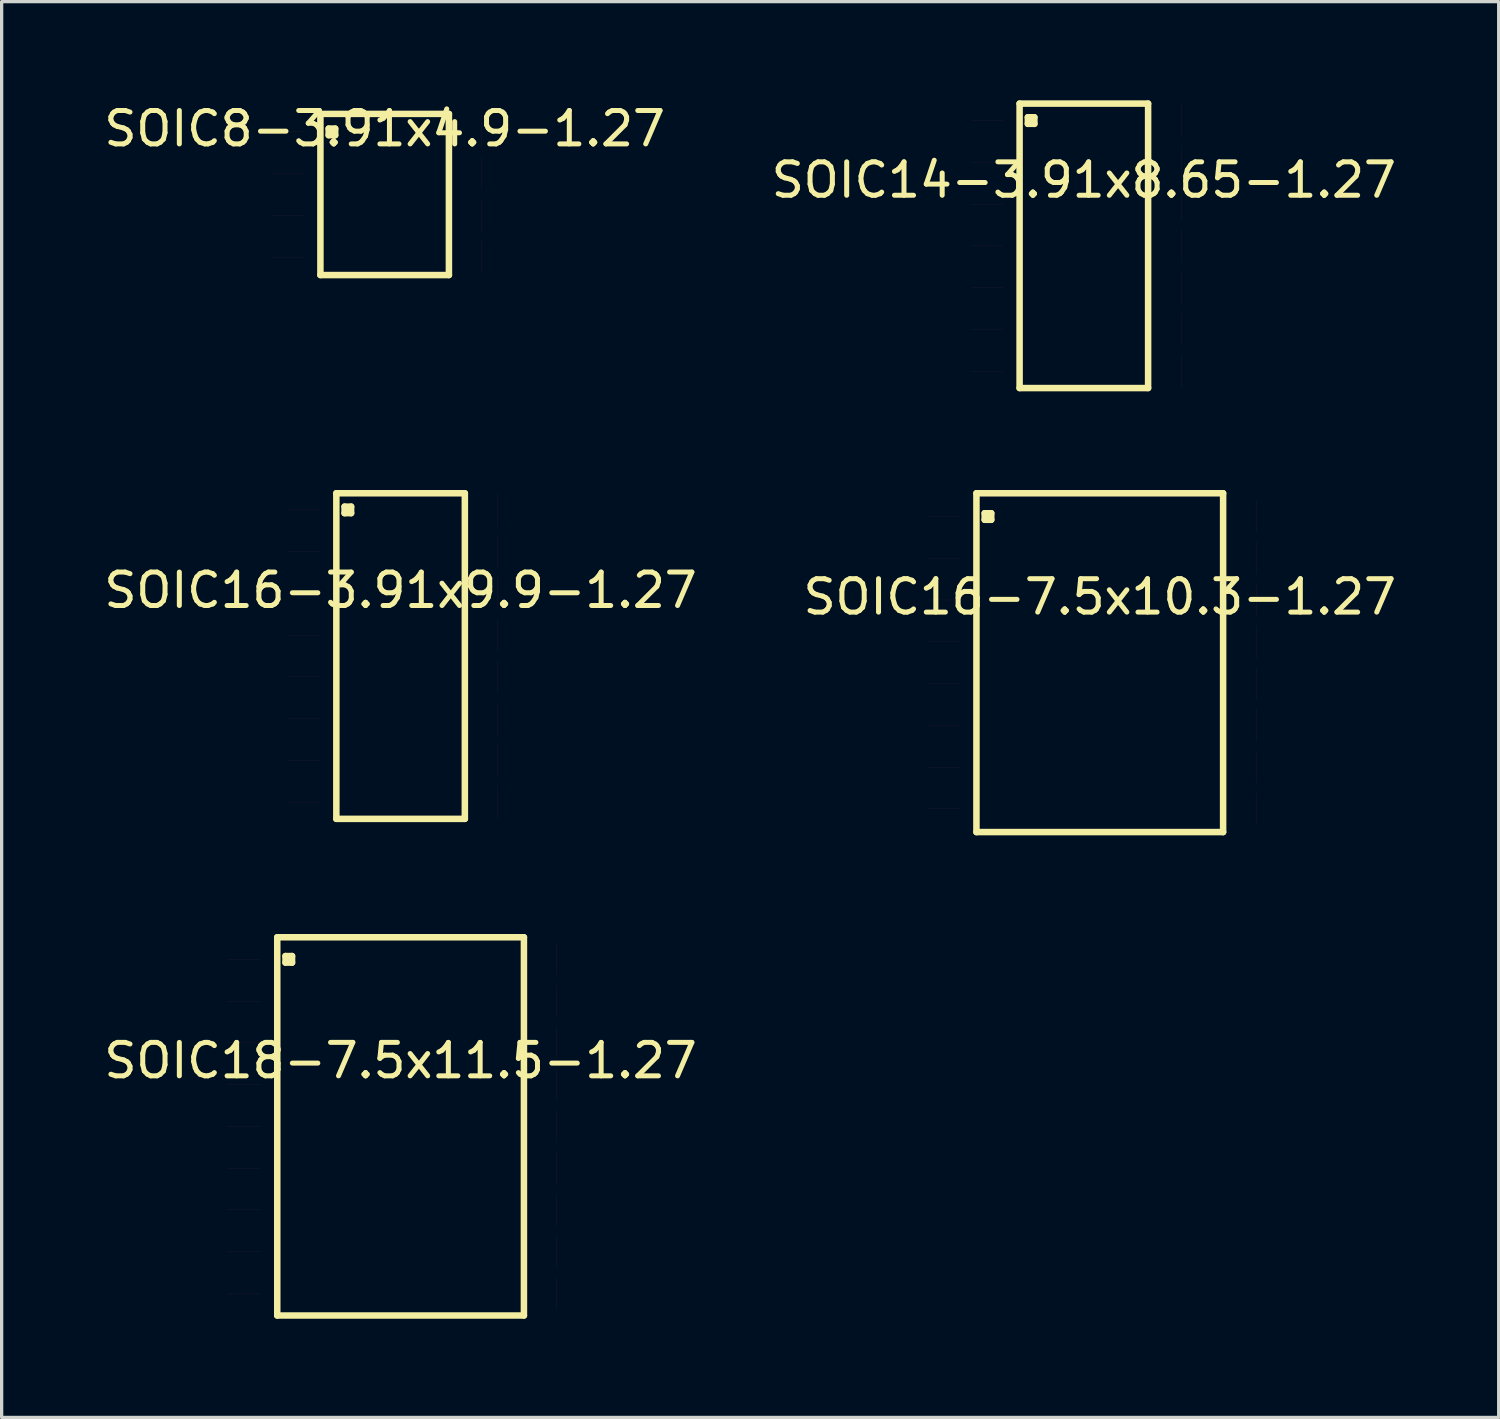
<source format=kicad_pcb>
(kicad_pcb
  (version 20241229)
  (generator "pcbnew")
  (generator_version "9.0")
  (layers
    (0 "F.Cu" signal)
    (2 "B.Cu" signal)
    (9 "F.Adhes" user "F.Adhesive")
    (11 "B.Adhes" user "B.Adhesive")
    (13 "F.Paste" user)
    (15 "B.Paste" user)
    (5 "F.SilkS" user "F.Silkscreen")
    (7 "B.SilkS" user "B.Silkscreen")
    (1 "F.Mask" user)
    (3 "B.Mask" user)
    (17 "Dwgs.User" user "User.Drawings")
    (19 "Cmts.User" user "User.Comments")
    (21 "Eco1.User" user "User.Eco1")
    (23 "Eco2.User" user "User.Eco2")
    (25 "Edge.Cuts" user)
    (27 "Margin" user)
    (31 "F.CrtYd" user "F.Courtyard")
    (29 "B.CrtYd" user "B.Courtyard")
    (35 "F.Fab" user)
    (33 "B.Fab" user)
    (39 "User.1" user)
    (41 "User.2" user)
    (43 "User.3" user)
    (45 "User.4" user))
  (footprint "SOIC14-3.91x8.65-1.27"
    (layer "F.Cu")
    (at 29.894 4.422)
    (property "Reference" "SOIC14-3.91x8.65-1.27" (at 0 -1.999 0) (layer "F.SilkS") (effects (font (size 1.016 1.016) (thickness 0.152))))
    (attr through_hole)
    (fp_line (start -1.953 -4.323) (end 1.953 -4.323) (stroke (width 0.198) (type solid)) (layer "F.SilkS"))
    (fp_line (start -1.953 4.323) (end -1.953 -4.323) (stroke (width 0.198) (type solid)) (layer "F.SilkS"))
    (fp_line (start -1.702 -3.907) (end -1.504 -3.907) (stroke (width 0.198) (type solid)) (layer "F.SilkS"))
    (fp_line (start -1.702 -3.708) (end -1.702 -3.907) (stroke (width 0.198) (type solid)) (layer "F.SilkS"))
    (fp_line (start -1.504 -3.907) (end -1.504 -3.708) (stroke (width 0.198) (type solid)) (layer "F.SilkS"))
    (fp_line (start -1.504 -3.708) (end -1.702 -3.708) (stroke (width 0.198) (type solid)) (layer "F.SilkS"))
    (fp_line (start 1.953 -4.323) (end 1.953 4.323) (stroke (width 0.198) (type solid)) (layer "F.SilkS"))
    (fp_line (start 1.953 4.323) (end -1.953 4.323) (stroke (width 0.198) (type solid)) (layer "F.SilkS"))
    (pad "1" smd rect (at -2.954 -3.807) (size 0.998 0.002) (layers "*.Mask" "F.Cu"))
    (pad "2" smd rect (at -2.954 -2.54) (size 0.998 0.002) (layers "*.Mask" "F.Cu"))
    (pad "3" smd rect (at -2.954 -1.27) (size 0.998 0.002) (layers "*.Mask" "F.Cu"))
    (pad "4" smd rect (at -2.954 0) (size 0.998 0.002) (layers "*.Mask" "F.Cu"))
    (pad "5" smd rect (at -2.954 1.27) (size 0.998 0.002) (layers "*.Mask" "F.Cu"))
    (pad "6" smd rect (at -2.954 2.54) (size 0.998 0.002) (layers "*.Mask" "F.Cu"))
    (pad "7" smd rect (at -2.954 3.81) (size 0.998 0.002) (layers "*.Mask" "F.Cu"))
    (pad "8" smd rect (at 2.954 3.807 90) (size 0.998 0.002) (layers "*.Mask" "F.Cu"))
    (pad "9" smd rect (at 2.954 2.54 90) (size 0.998 0.002) (layers "*.Mask" "F.Cu"))
    (pad "10" smd rect (at 2.954 1.27 90) (size 0.998 0.002) (layers "*.Mask" "F.Cu"))
    (pad "11" smd rect (at 2.954 0 90) (size 0.998 0.002) (layers "*.Mask" "F.Cu"))
    (pad "12" smd rect (at 2.954 -1.27 90) (size 0.998 0.002) (layers "*.Mask" "F.Cu"))
    (pad "13" smd rect (at 2.954 -2.54 90) (size 0.998 0.002) (layers "*.Mask" "F.Cu"))
    (pad "14" smd rect (at 2.954 -3.81 90) (size 0.998 0.002) (layers "*.Mask" "F.Cu")))
  (footprint "SOIC16-3.91x9.9-1.27"
    (layer "F.Cu")
    (at 9.126 16.891)
    (property "Reference" "SOIC16-3.91x9.9-1.27" (at 0 -1.999 0) (layer "F.SilkS") (effects (font (size 1.016 1.016) (thickness 0.152))))
    (attr through_hole)
    (fp_line (start -1.953 -4.948) (end 1.953 -4.948) (stroke (width 0.198) (type solid)) (layer "F.SilkS"))
    (fp_line (start -1.953 4.948) (end -1.953 -4.948) (stroke (width 0.198) (type solid)) (layer "F.SilkS"))
    (fp_line (start -1.702 -4.542) (end -1.504 -4.542) (stroke (width 0.198) (type solid)) (layer "F.SilkS"))
    (fp_line (start -1.702 -4.343) (end -1.702 -4.542) (stroke (width 0.198) (type solid)) (layer "F.SilkS"))
    (fp_line (start -1.504 -4.542) (end -1.504 -4.343) (stroke (width 0.198) (type solid)) (layer "F.SilkS"))
    (fp_line (start -1.504 -4.343) (end -1.702 -4.343) (stroke (width 0.198) (type solid)) (layer "F.SilkS"))
    (fp_line (start 1.953 -4.948) (end 1.953 4.948) (stroke (width 0.198) (type solid)) (layer "F.SilkS"))
    (fp_line (start 1.953 4.948) (end -1.953 4.948) (stroke (width 0.198) (type solid)) (layer "F.SilkS"))
    (pad "1" smd rect (at -2.954 -4.442) (size 0.998 0.002) (layers "*.Mask" "F.Cu"))
    (pad "2" smd rect (at -2.954 -3.175) (size 0.998 0.002) (layers "*.Mask" "F.Cu"))
    (pad "3" smd rect (at -2.954 -1.905) (size 0.998 0.002) (layers "*.Mask" "F.Cu"))
    (pad "4" smd rect (at -2.954 -0.635) (size 0.998 0.002) (layers "*.Mask" "F.Cu"))
    (pad "5" smd rect (at -2.954 0.635) (size 0.998 0.002) (layers "*.Mask" "F.Cu"))
    (pad "6" smd rect (at -2.954 1.905) (size 0.998 0.002) (layers "*.Mask" "F.Cu"))
    (pad "7" smd rect (at -2.954 3.175) (size 0.998 0.002) (layers "*.Mask" "F.Cu"))
    (pad "8" smd rect (at -2.954 4.445) (size 0.998 0.002) (layers "*.Mask" "F.Cu"))
    (pad "9" smd rect (at 2.954 4.442 90) (size 0.998 0.002) (layers "*.Mask" "F.Cu"))
    (pad "10" smd rect (at 2.954 3.175 90) (size 0.998 0.002) (layers "*.Mask" "F.Cu"))
    (pad "11" smd rect (at 2.954 1.905 90) (size 0.998 0.002) (layers "*.Mask" "F.Cu"))
    (pad "12" smd rect (at 2.954 0.635 90) (size 0.998 0.002) (layers "*.Mask" "F.Cu"))
    (pad "13" smd rect (at 2.954 -0.635 90) (size 0.998 0.002) (layers "*.Mask" "F.Cu"))
    (pad "14" smd rect (at 2.954 -1.905 90) (size 0.998 0.002) (layers "*.Mask" "F.Cu"))
    (pad "15" smd rect (at 2.954 -3.175 90) (size 0.998 0.002) (layers "*.Mask" "F.Cu"))
    (pad "16" smd rect (at 2.954 -4.445 90) (size 0.998 0.002) (layers "*.Mask" "F.Cu")))
  (footprint "SOIC8-3.91x4.9-1.27"
    (layer "F.Cu")
    (at 8.642 2.861)
    (property "Reference" "SOIC8-3.91x4.9-1.27" (at 0 -1.999 0) (layer "F.SilkS") (effects (font (size 1.016 1.016) (thickness 0.152))))
    (attr through_hole)
    (fp_line (start -1.953 -2.449) (end 1.953 -2.449) (stroke (width 0.198) (type solid)) (layer "F.SilkS"))
    (fp_line (start -1.953 2.449) (end -1.953 -2.449) (stroke (width 0.198) (type solid)) (layer "F.SilkS"))
    (fp_line (start -1.702 -2.002) (end -1.504 -2.002) (stroke (width 0.198) (type solid)) (layer "F.SilkS"))
    (fp_line (start -1.702 -1.803) (end -1.702 -2.002) (stroke (width 0.198) (type solid)) (layer "F.SilkS"))
    (fp_line (start -1.504 -2.002) (end -1.504 -1.803) (stroke (width 0.198) (type solid)) (layer "F.SilkS"))
    (fp_line (start -1.504 -1.803) (end -1.702 -1.803) (stroke (width 0.198) (type solid)) (layer "F.SilkS"))
    (fp_line (start 1.953 -2.449) (end 1.953 2.449) (stroke (width 0.198) (type solid)) (layer "F.SilkS"))
    (fp_line (start 1.953 2.449) (end -1.953 2.449) (stroke (width 0.198) (type solid)) (layer "F.SilkS"))
    (pad "1" smd rect (at -2.954 -1.902) (size 0.998 0.002) (layers "*.Mask" "F.Cu"))
    (pad "2" smd rect (at -2.954 -0.635) (size 0.998 0.002) (layers "*.Mask" "F.Cu"))
    (pad "3" smd rect (at -2.954 0.635) (size 0.998 0.002) (layers "*.Mask" "F.Cu"))
    (pad "4" smd rect (at -2.954 1.905) (size 0.998 0.002) (layers "*.Mask" "F.Cu"))
    (pad "5" smd rect (at 2.954 1.902 90) (size 0.998 0.002) (layers "*.Mask" "F.Cu"))
    (pad "6" smd rect (at 2.954 0.635 90) (size 0.998 0.002) (layers "*.Mask" "F.Cu"))
    (pad "7" smd rect (at 2.954 -0.635 90) (size 0.998 0.002) (layers "*.Mask" "F.Cu"))
    (pad "8" smd rect (at 2.954 -1.905 90) (size 0.998 0.002) (layers "*.Mask" "F.Cu")))
  (footprint "SOIC18-7.5x11.5-1.27"
    (layer "F.Cu")
    (at 9.126 31.187)
    (property "Reference" "SOIC18-7.5x11.5-1.27" (at 0 -1.999 0) (layer "F.SilkS") (effects (font (size 1.016 1.016) (thickness 0.152))))
    (attr through_hole)
    (fp_line (start -3.749 -5.748) (end 3.749 -5.748) (stroke (width 0.198) (type solid)) (layer "F.SilkS"))
    (fp_line (start -3.749 5.748) (end -3.749 -5.748) (stroke (width 0.198) (type solid)) (layer "F.SilkS"))
    (fp_line (start -3.498 -5.177) (end -3.299 -5.177) (stroke (width 0.198) (type solid)) (layer "F.SilkS"))
    (fp_line (start -3.498 -4.978) (end -3.498 -5.177) (stroke (width 0.198) (type solid)) (layer "F.SilkS"))
    (fp_line (start -3.299 -5.177) (end -3.299 -4.978) (stroke (width 0.198) (type solid)) (layer "F.SilkS"))
    (fp_line (start -3.299 -4.978) (end -3.498 -4.978) (stroke (width 0.198) (type solid)) (layer "F.SilkS"))
    (fp_line (start 3.749 -5.748) (end 3.749 5.748) (stroke (width 0.198) (type solid)) (layer "F.SilkS"))
    (fp_line (start 3.749 5.748) (end -3.749 5.748) (stroke (width 0.198) (type solid)) (layer "F.SilkS"))
    (pad "1" smd rect (at -4.75 -5.077) (size 0.998 0.002) (layers "*.Mask" "F.Cu"))
    (pad "2" smd rect (at -4.75 -3.81) (size 0.998 0.002) (layers "*.Mask" "F.Cu"))
    (pad "3" smd rect (at -4.75 -2.54) (size 0.998 0.002) (layers "*.Mask" "F.Cu"))
    (pad "4" smd rect (at -4.75 -1.27) (size 0.998 0.002) (layers "*.Mask" "F.Cu"))
    (pad "5" smd rect (at -4.75 0) (size 0.998 0.002) (layers "*.Mask" "F.Cu"))
    (pad "6" smd rect (at -4.75 1.27) (size 0.998 0.002) (layers "*.Mask" "F.Cu"))
    (pad "7" smd rect (at -4.75 2.54) (size 0.998 0.002) (layers "*.Mask" "F.Cu"))
    (pad "8" smd rect (at -4.75 3.81) (size 0.998 0.002) (layers "*.Mask" "F.Cu"))
    (pad "9" smd rect (at -4.75 5.08) (size 0.998 0.002) (layers "*.Mask" "F.Cu"))
    (pad "10" smd rect (at 4.75 5.077 90) (size 0.998 0.002) (layers "*.Mask" "F.Cu"))
    (pad "11" smd rect (at 4.75 3.81 90) (size 0.998 0.002) (layers "*.Mask" "F.Cu"))
    (pad "12" smd rect (at 4.75 2.54 90) (size 0.998 0.002) (layers "*.Mask" "F.Cu"))
    (pad "13" smd rect (at 4.75 1.27 90) (size 0.998 0.002) (layers "*.Mask" "F.Cu"))
    (pad "14" smd rect (at 4.75 0 90) (size 0.998 0.002) (layers "*.Mask" "F.Cu"))
    (pad "15" smd rect (at 4.75 -1.27 90) (size 0.998 0.002) (layers "*.Mask" "F.Cu"))
    (pad "16" smd rect (at 4.75 -2.54 90) (size 0.998 0.002) (layers "*.Mask" "F.Cu"))
    (pad "17" smd rect (at 4.75 -3.81 90) (size 0.998 0.002) (layers "*.Mask" "F.Cu"))
    (pad "18" smd rect (at 4.75 -5.08 90) (size 0.998 0.002) (layers "*.Mask" "F.Cu")))
  (footprint "SOIC16-7.5x10.3-1.27"
    (layer "F.Cu")
    (at 30.378 17.092)
    (property "Reference" "SOIC16-7.5x10.3-1.27" (at 0 -1.999 0) (layer "F.SilkS") (effects (font (size 1.016 1.016) (thickness 0.152))))
    (attr through_hole)
    (fp_line (start -3.749 -5.149) (end 3.749 -5.149) (stroke (width 0.198) (type solid)) (layer "F.SilkS"))
    (fp_line (start -3.749 5.149) (end -3.749 -5.149) (stroke (width 0.198) (type solid)) (layer "F.SilkS"))
    (fp_line (start -3.498 -4.542) (end -3.299 -4.542) (stroke (width 0.198) (type solid)) (layer "F.SilkS"))
    (fp_line (start -3.498 -4.343) (end -3.498 -4.542) (stroke (width 0.198) (type solid)) (layer "F.SilkS"))
    (fp_line (start -3.299 -4.542) (end -3.299 -4.343) (stroke (width 0.198) (type solid)) (layer "F.SilkS"))
    (fp_line (start -3.299 -4.343) (end -3.498 -4.343) (stroke (width 0.198) (type solid)) (layer "F.SilkS"))
    (fp_line (start 3.749 -5.149) (end 3.749 5.149) (stroke (width 0.198) (type solid)) (layer "F.SilkS"))
    (fp_line (start 3.749 5.149) (end -3.749 5.149) (stroke (width 0.198) (type solid)) (layer "F.SilkS"))
    (pad "1" smd rect (at -4.75 -4.442) (size 0.998 0.002) (layers "*.Mask" "F.Cu"))
    (pad "2" smd rect (at -4.75 -3.175) (size 0.998 0.002) (layers "*.Mask" "F.Cu"))
    (pad "3" smd rect (at -4.75 -1.905) (size 0.998 0.002) (layers "*.Mask" "F.Cu"))
    (pad "4" smd rect (at -4.75 -0.635) (size 0.998 0.002) (layers "*.Mask" "F.Cu"))
    (pad "5" smd rect (at -4.75 0.635) (size 0.998 0.002) (layers "*.Mask" "F.Cu"))
    (pad "6" smd rect (at -4.75 1.905) (size 0.998 0.002) (layers "*.Mask" "F.Cu"))
    (pad "7" smd rect (at -4.75 3.175) (size 0.998 0.002) (layers "*.Mask" "F.Cu"))
    (pad "8" smd rect (at -4.75 4.445) (size 0.998 0.002) (layers "*.Mask" "F.Cu"))
    (pad "9" smd rect (at 4.75 4.442 90) (size 0.998 0.002) (layers "*.Mask" "F.Cu"))
    (pad "10" smd rect (at 4.75 3.175 90) (size 0.998 0.002) (layers "*.Mask" "F.Cu"))
    (pad "11" smd rect (at 4.75 1.905 90) (size 0.998 0.002) (layers "*.Mask" "F.Cu"))
    (pad "12" smd rect (at 4.75 0.635 90) (size 0.998 0.002) (layers "*.Mask" "F.Cu"))
    (pad "13" smd rect (at 4.75 -0.635 90) (size 0.998 0.002) (layers "*.Mask" "F.Cu"))
    (pad "14" smd rect (at 4.75 -1.905 90) (size 0.998 0.002) (layers "*.Mask" "F.Cu"))
    (pad "15" smd rect (at 4.75 -3.175 90) (size 0.998 0.002) (layers "*.Mask" "F.Cu"))
    (pad "16" smd rect (at 4.75 -4.445 90) (size 0.998 0.002) (layers "*.Mask" "F.Cu")))
  (gr_rect
    (start -3 -3)
    (end 42.503 40.034)
    (stroke (width 0.1) (type default))
    (fill no)
    (layer "Edge.Cuts")))
</source>
